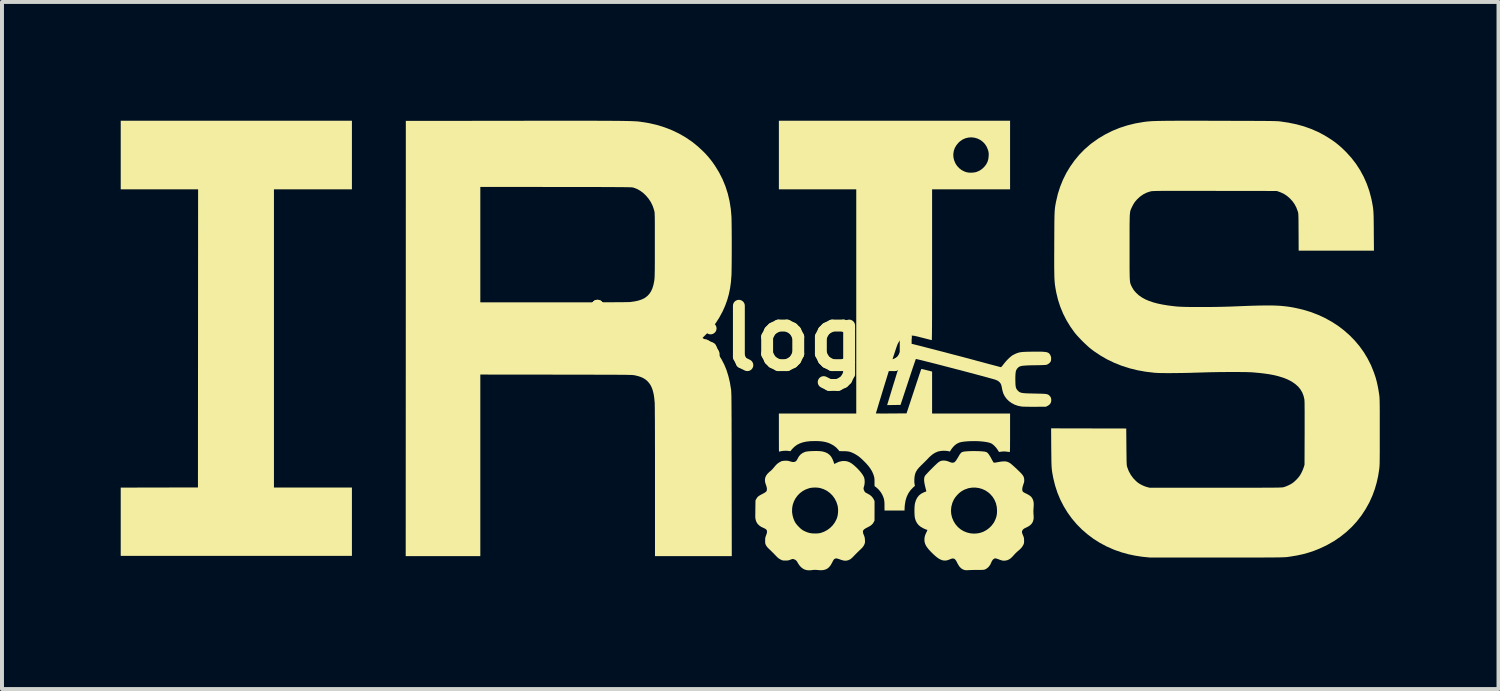
<source format=kicad_pcb>
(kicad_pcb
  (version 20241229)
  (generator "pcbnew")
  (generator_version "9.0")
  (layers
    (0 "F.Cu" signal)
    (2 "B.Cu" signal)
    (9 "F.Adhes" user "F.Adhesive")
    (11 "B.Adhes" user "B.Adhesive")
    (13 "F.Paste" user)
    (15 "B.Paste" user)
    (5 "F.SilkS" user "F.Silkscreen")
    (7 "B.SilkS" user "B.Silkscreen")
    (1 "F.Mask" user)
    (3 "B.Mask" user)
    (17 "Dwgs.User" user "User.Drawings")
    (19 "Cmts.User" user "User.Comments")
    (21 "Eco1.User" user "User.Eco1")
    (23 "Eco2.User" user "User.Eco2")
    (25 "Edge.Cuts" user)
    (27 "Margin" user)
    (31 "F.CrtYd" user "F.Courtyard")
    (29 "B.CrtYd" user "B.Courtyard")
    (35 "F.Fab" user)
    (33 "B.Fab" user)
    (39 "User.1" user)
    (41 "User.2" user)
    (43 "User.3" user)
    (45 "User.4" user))
  (footprint "irislogo"
    (layer "F.Cu")
    (at 15.903 5.497)
    (property "Reference" "irislogo" (at 0 0 0) (layer "F.SilkS") (effects (font (size 1.5 1.5) (thickness 0.3))))
    (attr board_only exclude_from_pos_files exclude_from_bom)
    (fp_poly (pts (xy -10.062 -4.63) (xy -10.062 -3.764) (xy -11.047 -3.764) (xy -12.032 -3.764) (xy -12.032 0.004) (xy -12.032 3.771) (xy -11.047 3.771) (xy -10.062 3.771) (xy -10.062 4.634) (xy -10.062 5.497) (xy -12.982 5.497) (xy -15.903 5.497) (xy -15.903 4.634) (xy -15.903 3.772) (xy -14.927 3.77) (xy -13.952 3.768) (xy -13.95 0.002) (xy -13.948 -3.764) (xy -14.925 -3.764) (xy -15.903 -3.764) (xy -15.903 -4.63) (xy -15.903 -5.497) (xy -12.982 -5.497) (xy -10.062 -5.497)) (stroke (width 0) (type solid)) (fill yes) (layer "F.SilkS"))
    (fp_poly (pts (xy 4.098 0.144) (xy 4.112 0.147) (xy 4.14 0.154) (xy 4.18 0.164) (xy 4.232 0.177) (xy 4.293 0.192) (xy 4.364 0.21) (xy 4.443 0.231) (xy 4.528 0.253) (xy 4.619 0.276) (xy 4.715 0.301) (xy 4.814 0.327) (xy 4.915 0.353) (xy 5.017 0.38) (xy 5.119 0.407) (xy 5.22 0.433) (xy 5.319 0.459) (xy 5.414 0.484) (xy 5.505 0.508) (xy 5.59 0.531) (xy 5.667 0.552) (xy 5.737 0.571) (xy 5.787 0.584) (xy 5.854 0.602) (xy 5.924 0.621) (xy 5.994 0.64) (xy 6.061 0.658) (xy 6.12 0.673) (xy 6.168 0.686) (xy 6.175 0.688) (xy 6.221 0.7) (xy 6.262 0.711) (xy 6.296 0.72) (xy 6.32 0.726) (xy 6.332 0.73) (xy 6.333 0.73) (xy 6.341 0.726) (xy 6.357 0.711) (xy 6.377 0.686) (xy 6.398 0.659) (xy 6.436 0.611) (xy 6.478 0.563) (xy 6.522 0.518) (xy 6.565 0.478) (xy 6.604 0.446) (xy 6.629 0.429) (xy 6.662 0.411) (xy 6.698 0.393) (xy 6.719 0.384) (xy 6.747 0.373) (xy 6.773 0.365) (xy 6.8 0.357) (xy 6.829 0.352) (xy 6.862 0.348) (xy 6.902 0.344) (xy 6.95 0.342) (xy 7.008 0.34) (xy 7.079 0.339) (xy 7.119 0.338) (xy 7.211 0.337) (xy 7.289 0.337) (xy 7.355 0.338) (xy 7.409 0.341) (xy 7.453 0.345) (xy 7.489 0.351) (xy 7.517 0.36) (xy 7.539 0.371) (xy 7.556 0.386) (xy 7.57 0.403) (xy 7.582 0.423) (xy 7.586 0.432) (xy 7.597 0.46) (xy 7.603 0.484) (xy 7.603 0.514) (xy 7.603 0.527) (xy 7.6 0.558) (xy 7.595 0.579) (xy 7.585 0.597) (xy 7.576 0.608) (xy 7.555 0.63) (xy 7.528 0.65) (xy 7.516 0.657) (xy 7.506 0.661) (xy 7.496 0.666) (xy 7.485 0.669) (xy 7.472 0.671) (xy 7.453 0.673) (xy 7.429 0.675) (xy 7.396 0.676) (xy 7.354 0.678) (xy 7.301 0.679) (xy 7.235 0.68) (xy 7.196 0.681) (xy 7.108 0.682) (xy 7.034 0.684) (xy 6.972 0.687) (xy 6.921 0.691) (xy 6.879 0.695) (xy 6.846 0.701) (xy 6.819 0.709) (xy 6.798 0.719) (xy 6.78 0.73) (xy 6.764 0.745) (xy 6.75 0.76) (xy 6.735 0.781) (xy 6.722 0.804) (xy 6.713 0.83) (xy 6.707 0.861) (xy 6.703 0.9) (xy 6.7 0.95) (xy 6.699 1.011) (xy 6.699 1.034) (xy 6.7 1.101) (xy 6.702 1.155) (xy 6.705 1.198) (xy 6.711 1.232) (xy 6.719 1.259) (xy 6.73 1.282) (xy 6.745 1.303) (xy 6.754 1.314) (xy 6.771 1.331) (xy 6.787 1.346) (xy 6.805 1.358) (xy 6.826 1.368) (xy 6.851 1.376) (xy 6.882 1.382) (xy 6.921 1.386) (xy 6.968 1.39) (xy 7.027 1.392) (xy 7.097 1.394) (xy 7.18 1.396) (xy 7.192 1.396) (xy 7.27 1.398) (xy 7.335 1.399) (xy 7.387 1.401) (xy 7.429 1.403) (xy 7.462 1.406) (xy 7.488 1.41) (xy 7.508 1.415) (xy 7.524 1.421) (xy 7.537 1.429) (xy 7.549 1.438) (xy 7.561 1.449) (xy 7.587 1.48) (xy 7.601 1.513) (xy 7.607 1.555) (xy 7.607 1.563) (xy 7.601 1.611) (xy 7.582 1.652) (xy 7.55 1.685) (xy 7.516 1.706) (xy 7.471 1.729) (xy 7.196 1.73) (xy 7.13 1.73) (xy 7.066 1.73) (xy 7.006 1.729) (xy 6.953 1.728) (xy 6.909 1.727) (xy 6.876 1.726) (xy 6.86 1.724) (xy 6.769 1.707) (xy 6.685 1.678) (xy 6.608 1.638) (xy 6.539 1.589) (xy 6.48 1.531) (xy 6.431 1.465) (xy 6.395 1.393) (xy 6.372 1.315) (xy 6.371 1.309) (xy 6.361 1.26) (xy 6.354 1.223) (xy 6.347 1.196) (xy 6.341 1.176) (xy 6.335 1.159) (xy 6.328 1.145) (xy 6.324 1.139) (xy 6.296 1.104) (xy 6.258 1.074) (xy 6.206 1.051) (xy 6.181 1.042) (xy 6.144 1.031) (xy 6.096 1.018) (xy 6.038 1.002) (xy 5.97 0.983) (xy 5.894 0.962) (xy 5.811 0.94) (xy 5.721 0.916) (xy 5.626 0.89) (xy 5.526 0.864) (xy 5.424 0.837) (xy 5.319 0.809) (xy 5.213 0.782) (xy 5.107 0.754) (xy 5.001 0.727) (xy 4.898 0.7) (xy 4.798 0.674) (xy 4.702 0.649) (xy 4.61 0.626) (xy 4.525 0.604) (xy 4.447 0.585) (xy 4.378 0.567) (xy 4.317 0.552) (xy 4.266 0.54) (xy 4.227 0.531) (xy 4.2 0.525) (xy 4.187 0.522) (xy 4.185 0.523) (xy 4.182 0.53) (xy 4.175 0.552) (xy 4.163 0.585) (xy 4.148 0.63) (xy 4.129 0.685) (xy 4.107 0.749) (xy 4.083 0.821) (xy 4.057 0.899) (xy 4.029 0.984) (xy 4 1.073) (xy 3.989 1.106) (xy 3.798 1.683) (xy 3.629 1.685) (xy 3.46 1.688) (xy 3.521 1.487) (xy 3.559 1.363) (xy 3.596 1.24) (xy 3.633 1.121) (xy 3.669 1.005) (xy 3.703 0.893) (xy 3.737 0.787) (xy 3.768 0.687) (xy 3.798 0.594) (xy 3.825 0.51) (xy 3.849 0.435) (xy 3.871 0.369) (xy 3.889 0.315) (xy 3.903 0.273) (xy 3.914 0.244) (xy 3.921 0.229) (xy 3.948 0.187) (xy 3.981 0.159) (xy 4.022 0.144) (xy 4.07 0.141)) (stroke (width 0) (type solid)) (fill yes) (layer "F.SilkS"))
    (fp_poly (pts (xy 1.691 2.848) (xy 1.745 2.85) (xy 1.792 2.854) (xy 1.826 2.859) (xy 1.897 2.879) (xy 1.958 2.908) (xy 2.008 2.947) (xy 2.05 2.997) (xy 2.083 3.06) (xy 2.102 3.107) (xy 2.112 3.136) (xy 2.12 3.159) (xy 2.125 3.172) (xy 2.126 3.174) (xy 2.133 3.172) (xy 2.149 3.164) (xy 2.169 3.153) (xy 2.242 3.12) (xy 2.316 3.103) (xy 2.368 3.1) (xy 2.418 3.103) (xy 2.467 3.114) (xy 2.514 3.133) (xy 2.563 3.162) (xy 2.614 3.201) (xy 2.671 3.252) (xy 2.703 3.283) (xy 2.761 3.344) (xy 2.809 3.402) (xy 2.846 3.455) (xy 2.872 3.503) (xy 2.882 3.529) (xy 2.89 3.573) (xy 2.893 3.623) (xy 2.89 3.675) (xy 2.882 3.72) (xy 2.878 3.733) (xy 2.868 3.768) (xy 2.864 3.795) (xy 2.868 3.82) (xy 2.88 3.85) (xy 2.881 3.852) (xy 2.891 3.871) (xy 2.901 3.885) (xy 2.915 3.897) (xy 2.936 3.909) (xy 2.964 3.923) (xy 3.025 3.958) (xy 3.073 3.999) (xy 3.109 4.046) (xy 3.12 4.067) (xy 3.142 4.111) (xy 3.142 4.359) (xy 3.141 4.607) (xy 3.119 4.648) (xy 3.099 4.68) (xy 3.074 4.707) (xy 3.043 4.732) (xy 3.001 4.757) (xy 2.957 4.78) (xy 2.91 4.805) (xy 2.877 4.828) (xy 2.856 4.853) (xy 2.848 4.88) (xy 2.851 4.913) (xy 2.863 4.952) (xy 2.872 4.972) (xy 2.885 5.006) (xy 2.893 5.036) (xy 2.898 5.071) (xy 2.899 5.098) (xy 2.901 5.132) (xy 2.9 5.156) (xy 2.896 5.176) (xy 2.889 5.197) (xy 2.879 5.219) (xy 2.86 5.253) (xy 2.836 5.285) (xy 2.803 5.319) (xy 2.801 5.32) (xy 2.751 5.368) (xy 2.699 5.419) (xy 2.647 5.471) (xy 2.602 5.518) (xy 2.588 5.533) (xy 2.539 5.576) (xy 2.487 5.604) (xy 2.431 5.618) (xy 2.371 5.617) (xy 2.308 5.601) (xy 2.305 5.6) (xy 2.259 5.583) (xy 2.224 5.572) (xy 2.198 5.564) (xy 2.179 5.561) (xy 2.164 5.562) (xy 2.151 5.565) (xy 2.14 5.57) (xy 2.126 5.578) (xy 2.114 5.589) (xy 2.102 5.606) (xy 2.088 5.631) (xy 2.072 5.663) (xy 2.036 5.728) (xy 1.996 5.779) (xy 1.952 5.817) (xy 1.901 5.842) (xy 1.843 5.856) (xy 1.775 5.86) (xy 1.714 5.855) (xy 1.665 5.851) (xy 1.626 5.85) (xy 1.591 5.852) (xy 1.575 5.855) (xy 1.517 5.861) (xy 1.466 5.861) (xy 1.42 5.855) (xy 1.361 5.836) (xy 1.307 5.802) (xy 1.258 5.755) (xy 1.215 5.695) (xy 1.203 5.673) (xy 1.181 5.635) (xy 1.157 5.609) (xy 1.129 5.591) (xy 1.098 5.58) (xy 1.082 5.576) (xy 1.066 5.577) (xy 1.046 5.582) (xy 1.018 5.593) (xy 0.989 5.604) (xy 0.964 5.61) (xy 0.935 5.614) (xy 0.898 5.615) (xy 0.893 5.615) (xy 0.858 5.615) (xy 0.832 5.613) (xy 0.811 5.608) (xy 0.789 5.6) (xy 0.767 5.589) (xy 0.731 5.568) (xy 0.697 5.542) (xy 0.66 5.506) (xy 0.582 5.425) (xy 0.508 5.352) (xy 0.471 5.317) (xy 0.443 5.289) (xy 0.418 5.258) (xy 0.4 5.23) (xy 0.4 5.23) (xy 0.39 5.209) (xy 0.383 5.19) (xy 0.38 5.169) (xy 0.378 5.142) (xy 0.378 5.111) (xy 0.379 5.074) (xy 0.381 5.046) (xy 0.386 5.021) (xy 0.395 4.996) (xy 0.403 4.975) (xy 0.42 4.926) (xy 0.426 4.886) (xy 0.421 4.854) (xy 0.404 4.829) (xy 0.374 4.808) (xy 0.343 4.794) (xy 0.275 4.762) (xy 0.22 4.722) (xy 0.177 4.674) (xy 0.148 4.618) (xy 0.132 4.555) (xy 0.129 4.508) (xy 0.129 4.487) (xy 0.129 4.454) (xy 0.13 4.411) (xy 0.13 4.383) (xy 1.058 4.383) (xy 1.061 4.415) (xy 1.073 4.484) (xy 1.093 4.554) (xy 1.119 4.618) (xy 1.139 4.655) (xy 1.154 4.678) (xy 1.178 4.708) (xy 1.206 4.74) (xy 1.233 4.768) (xy 1.268 4.802) (xy 1.297 4.826) (xy 1.325 4.846) (xy 1.356 4.864) (xy 1.367 4.869) (xy 1.432 4.898) (xy 1.494 4.917) (xy 1.558 4.928) (xy 1.63 4.931) (xy 1.634 4.931) (xy 1.691 4.93) (xy 1.737 4.926) (xy 1.779 4.918) (xy 1.782 4.917) (xy 1.867 4.887) (xy 1.947 4.844) (xy 2.02 4.79) (xy 2.085 4.725) (xy 2.139 4.651) (xy 2.181 4.57) (xy 2.196 4.531) (xy 2.212 4.467) (xy 2.22 4.394) (xy 2.221 4.32) (xy 2.213 4.25) (xy 2.207 4.222) (xy 2.177 4.13) (xy 2.133 4.046) (xy 2.079 3.972) (xy 2.013 3.907) (xy 1.939 3.853) (xy 1.855 3.811) (xy 1.768 3.783) (xy 1.714 3.774) (xy 1.651 3.77) (xy 1.587 3.772) (xy 1.527 3.779) (xy 1.495 3.786) (xy 1.409 3.816) (xy 1.329 3.858) (xy 1.258 3.911) (xy 1.196 3.974) (xy 1.144 4.045) (xy 1.104 4.123) (xy 1.075 4.206) (xy 1.06 4.293) (xy 1.058 4.383) (xy 0.13 4.383) (xy 0.13 4.362) (xy 0.131 4.308) (xy 0.131 4.279) (xy 0.134 4.096) (xy 0.156 4.055) (xy 0.172 4.03) (xy 0.188 4.009) (xy 0.209 3.99) (xy 0.237 3.972) (xy 0.274 3.95) (xy 0.31 3.932) (xy 0.349 3.911) (xy 0.38 3.892) (xy 0.401 3.875) (xy 0.408 3.868) (xy 0.421 3.838) (xy 0.423 3.798) (xy 0.414 3.748) (xy 0.398 3.703) (xy 0.378 3.639) (xy 0.372 3.58) (xy 0.379 3.525) (xy 0.4 3.474) (xy 0.436 3.424) (xy 0.486 3.375) (xy 0.513 3.354) (xy 0.534 3.335) (xy 0.56 3.309) (xy 0.587 3.278) (xy 0.6 3.262) (xy 0.637 3.218) (xy 0.67 3.183) (xy 0.704 3.155) (xy 0.74 3.132) (xy 0.758 3.122) (xy 0.783 3.109) (xy 0.805 3.101) (xy 0.83 3.097) (xy 0.862 3.094) (xy 0.877 3.093) (xy 0.914 3.092) (xy 0.944 3.094) (xy 0.971 3.099) (xy 1.004 3.108) (xy 1.012 3.111) (xy 1.063 3.124) (xy 1.105 3.126) (xy 1.139 3.116) (xy 1.167 3.094) (xy 1.19 3.059) (xy 1.194 3.05) (xy 1.228 2.988) (xy 1.27 2.938) (xy 1.321 2.9) (xy 1.381 2.872) (xy 1.39 2.869) (xy 1.421 2.862) (xy 1.464 2.856) (xy 1.515 2.852) (xy 1.572 2.849) (xy 1.632 2.848)) (stroke (width 0) (type solid)) (fill yes) (layer "F.SilkS"))
    (fp_poly (pts (xy -4.456 -5.496) (xy -4.296 -5.496) (xy -4.148 -5.496) (xy -4.01 -5.496) (xy -3.883 -5.496) (xy -3.766 -5.495) (xy -3.658 -5.495) (xy -3.559 -5.495) (xy -3.469 -5.494) (xy -3.386 -5.493) (xy -3.312 -5.493) (xy -3.244 -5.492) (xy -3.183 -5.491) (xy -3.128 -5.49) (xy -3.079 -5.489) (xy -3.034 -5.488) (xy -2.995 -5.487) (xy -2.959 -5.485) (xy -2.927 -5.484) (xy -2.899 -5.482) (xy -2.873 -5.481) (xy -2.849 -5.479) (xy -2.827 -5.477) (xy -2.807 -5.475) (xy -2.787 -5.473) (xy -2.767 -5.47) (xy -2.761 -5.469) (xy -2.555 -5.436) (xy -2.355 -5.39) (xy -2.163 -5.33) (xy -1.977 -5.258) (xy -1.8 -5.173) (xy -1.631 -5.076) (xy -1.47 -4.967) (xy -1.319 -4.845) (xy -1.187 -4.722) (xy -1.119 -4.652) (xy -1.059 -4.585) (xy -1.004 -4.518) (xy -0.95 -4.447) (xy -0.894 -4.366) (xy -0.882 -4.348) (xy -0.783 -4.186) (xy -0.697 -4.016) (xy -0.625 -3.84) (xy -0.566 -3.656) (xy -0.521 -3.466) (xy -0.49 -3.269) (xy -0.474 -3.088) (xy -0.472 -3.055) (xy -0.471 -3.009) (xy -0.47 -2.95) (xy -0.469 -2.881) (xy -0.468 -2.802) (xy -0.467 -2.716) (xy -0.467 -2.624) (xy -0.466 -2.528) (xy -0.466 -2.428) (xy -0.466 -2.327) (xy -0.466 -2.226) (xy -0.466 -2.127) (xy -0.467 -2.031) (xy -0.467 -1.939) (xy -0.468 -1.854) (xy -0.469 -1.777) (xy -0.47 -1.708) (xy -0.471 -1.651) (xy -0.472 -1.606) (xy -0.474 -1.58) (xy -0.487 -1.414) (xy -0.509 -1.258) (xy -0.54 -1.11) (xy -0.58 -0.968) (xy -0.63 -0.829) (xy -0.691 -0.691) (xy -0.703 -0.667) (xy -0.78 -0.525) (xy -0.866 -0.39) (xy -0.965 -0.263) (xy -1.077 -0.139) (xy -1.108 -0.107) (xy -1.204 -0.011) (xy -1.154 0.027) (xy -1.106 0.066) (xy -1.053 0.114) (xy -0.998 0.167) (xy -0.947 0.222) (xy -0.901 0.274) (xy -0.891 0.286) (xy -0.801 0.408) (xy -0.722 0.534) (xy -0.654 0.666) (xy -0.597 0.805) (xy -0.551 0.954) (xy -0.513 1.112) (xy -0.485 1.281) (xy -0.483 1.29) (xy -0.482 1.301) (xy -0.481 1.313) (xy -0.48 1.327) (xy -0.479 1.344) (xy -0.478 1.364) (xy -0.477 1.387) (xy -0.476 1.415) (xy -0.475 1.447) (xy -0.474 1.485) (xy -0.474 1.529) (xy -0.473 1.579) (xy -0.473 1.637) (xy -0.472 1.702) (xy -0.472 1.775) (xy -0.471 1.856) (xy -0.471 1.947) (xy -0.47 2.048) (xy -0.47 2.159) (xy -0.47 2.281) (xy -0.469 2.415) (xy -0.469 2.56) (xy -0.469 2.718) (xy -0.469 2.89) (xy -0.468 3.075) (xy -0.468 3.274) (xy -0.468 3.445) (xy -0.465 5.504) (xy -1.435 5.504) (xy -2.405 5.504) (xy -2.405 3.617) (xy -2.405 3.406) (xy -2.405 3.204) (xy -2.405 3.013) (xy -2.405 2.833) (xy -2.406 2.664) (xy -2.406 2.506) (xy -2.406 2.36) (xy -2.407 2.226) (xy -2.407 2.104) (xy -2.408 1.995) (xy -2.409 1.899) (xy -2.409 1.817) (xy -2.41 1.748) (xy -2.411 1.693) (xy -2.411 1.653) (xy -2.412 1.628) (xy -2.413 1.622) (xy -2.423 1.513) (xy -2.437 1.417) (xy -2.457 1.333) (xy -2.481 1.259) (xy -2.511 1.195) (xy -2.547 1.139) (xy -2.59 1.089) (xy -2.592 1.087) (xy -2.639 1.045) (xy -2.693 1.01) (xy -2.754 0.981) (xy -2.825 0.957) (xy -2.908 0.937) (xy -2.927 0.933) (xy -2.936 0.932) (xy -2.945 0.931) (xy -2.957 0.929) (xy -2.971 0.928) (xy -2.988 0.927) (xy -3.01 0.926) (xy -3.035 0.926) (xy -3.065 0.925) (xy -3.101 0.924) (xy -3.143 0.923) (xy -3.192 0.923) (xy -3.247 0.922) (xy -3.311 0.922) (xy -3.383 0.921) (xy -3.463 0.921) (xy -3.554 0.921) (xy -3.654 0.92) (xy -3.765 0.92) (xy -3.887 0.92) (xy -4.021 0.919) (xy -4.167 0.919) (xy -4.326 0.919) (xy -4.499 0.919) (xy -4.685 0.918) (xy -4.887 0.918) (xy -4.907 0.918) (xy -6.818 0.916) (xy -6.818 3.21) (xy -6.818 5.504) (xy -7.76 5.504) (xy -8.703 5.504) (xy -8.701 0.006) (xy -8.7 -3.825) (xy -6.818 -3.825) (xy -6.818 -2.367) (xy -6.818 -0.909) (xy -4.967 -0.909) (xy -4.747 -0.909) (xy -4.539 -0.909) (xy -4.344 -0.909) (xy -4.162 -0.909) (xy -3.992 -0.909) (xy -3.836 -0.91) (xy -3.693 -0.91) (xy -3.563 -0.911) (xy -3.447 -0.911) (xy -3.345 -0.912) (xy -3.257 -0.912) (xy -3.183 -0.913) (xy -3.124 -0.914) (xy -3.08 -0.915) (xy -3.05 -0.915) (xy -3.037 -0.916) (xy -2.926 -0.931) (xy -2.827 -0.952) (xy -2.741 -0.981) (xy -2.666 -1.018) (xy -2.603 -1.064) (xy -2.55 -1.119) (xy -2.506 -1.185) (xy -2.471 -1.261) (xy -2.444 -1.349) (xy -2.424 -1.449) (xy -2.419 -1.489) (xy -2.417 -1.506) (xy -2.416 -1.529) (xy -2.414 -1.558) (xy -2.413 -1.595) (xy -2.412 -1.64) (xy -2.411 -1.693) (xy -2.41 -1.757) (xy -2.41 -1.831) (xy -2.409 -1.916) (xy -2.409 -2.014) (xy -2.409 -2.125) (xy -2.409 -2.249) (xy -2.409 -2.367) (xy -2.409 -2.494) (xy -2.409 -2.608) (xy -2.409 -2.708) (xy -2.409 -2.795) (xy -2.409 -2.871) (xy -2.409 -2.937) (xy -2.41 -2.992) (xy -2.41 -3.039) (xy -2.411 -3.078) (xy -2.412 -3.111) (xy -2.413 -3.137) (xy -2.414 -3.158) (xy -2.415 -3.176) (xy -2.417 -3.19) (xy -2.419 -3.202) (xy -2.421 -3.212) (xy -2.424 -3.223) (xy -2.425 -3.229) (xy -2.46 -3.337) (xy -2.507 -3.436) (xy -2.567 -3.527) (xy -2.633 -3.605) (xy -2.706 -3.675) (xy -2.782 -3.73) (xy -2.861 -3.774) (xy -2.946 -3.806) (xy -2.951 -3.807) (xy -2.956 -3.809) (xy -2.963 -3.81) (xy -2.971 -3.811) (xy -2.981 -3.813) (xy -2.995 -3.814) (xy -3.012 -3.815) (xy -3.032 -3.816) (xy -3.058 -3.816) (xy -3.088 -3.817) (xy -3.124 -3.818) (xy -3.167 -3.818) (xy -3.216 -3.819) (xy -3.272 -3.819) (xy -3.337 -3.82) (xy -3.41 -3.82) (xy -3.492 -3.821) (xy -3.584 -3.821) (xy -3.686 -3.821) (xy -3.799 -3.822) (xy -3.923 -3.822) (xy -4.06 -3.822) (xy -4.208 -3.822) (xy -4.37 -3.822) (xy -4.545 -3.823) (xy -4.735 -3.823) (xy -4.907 -3.823) (xy -6.818 -3.825) (xy -8.7 -3.825) (xy -8.7 -5.493) (xy -5.936 -5.495) (xy -5.683 -5.496) (xy -5.444 -5.496) (xy -5.22 -5.496) (xy -5.009 -5.496) (xy -4.812 -5.496) (xy -4.628 -5.496)) (stroke (width 0) (type solid)) (fill yes) (layer "F.SilkS"))
    (fp_poly (pts (xy 6.566 -4.63) (xy 6.566 -3.764) (xy 5.581 -3.764) (xy 4.596 -3.764) (xy 4.596 -1.859) (xy 4.596 -1.64) (xy 4.596 -1.437) (xy 4.596 -1.248) (xy 4.596 -1.073) (xy 4.595 -0.912) (xy 4.595 -0.765) (xy 4.595 -0.632) (xy 4.595 -0.511) (xy 4.594 -0.403) (xy 4.594 -0.308) (xy 4.593 -0.225) (xy 4.593 -0.153) (xy 4.592 -0.093) (xy 4.591 -0.044) (xy 4.59 -0.006) (xy 4.59 0.021) (xy 4.589 0.038) (xy 4.588 0.046) (xy 4.588 0.046) (xy 4.578 0.044) (xy 4.556 0.039) (xy 4.523 0.031) (xy 4.482 0.02) (xy 4.435 0.008) (xy 4.399 -0.001) (xy 4.329 -0.019) (xy 4.273 -0.033) (xy 4.227 -0.045) (xy 4.19 -0.053) (xy 4.161 -0.06) (xy 4.136 -0.064) (xy 4.114 -0.066) (xy 4.093 -0.068) (xy 4.072 -0.068) (xy 4.057 -0.068) (xy 3.98 -0.063) (xy 3.913 -0.044) (xy 3.853 -0.013) (xy 3.801 0.031) (xy 3.757 0.089) (xy 3.731 0.134) (xy 3.721 0.157) (xy 3.707 0.194) (xy 3.689 0.246) (xy 3.667 0.311) (xy 3.641 0.391) (xy 3.61 0.484) (xy 3.577 0.59) (xy 3.539 0.71) (xy 3.498 0.842) (xy 3.453 0.987) (xy 3.404 1.145) (xy 3.352 1.315) (xy 3.297 1.497) (xy 3.294 1.506) (xy 3.271 1.58) (xy 3.25 1.65) (xy 3.231 1.713) (xy 3.214 1.77) (xy 3.2 1.817) (xy 3.188 1.855) (xy 3.18 1.882) (xy 3.176 1.896) (xy 3.176 1.898) (xy 3.183 1.898) (xy 3.205 1.899) (xy 3.238 1.899) (xy 3.283 1.9) (xy 3.337 1.9) (xy 3.399 1.9) (xy 3.468 1.9) (xy 3.542 1.899) (xy 3.563 1.899) (xy 3.95 1.897) (xy 4.135 1.337) (xy 4.164 1.249) (xy 4.192 1.164) (xy 4.218 1.085) (xy 4.243 1.012) (xy 4.264 0.947) (xy 4.283 0.891) (xy 4.299 0.844) (xy 4.311 0.809) (xy 4.319 0.785) (xy 4.323 0.775) (xy 4.323 0.774) (xy 4.329 0.775) (xy 4.345 0.778) (xy 4.372 0.784) (xy 4.41 0.793) (xy 4.461 0.806) (xy 4.526 0.822) (xy 4.567 0.833) (xy 4.596 0.84) (xy 4.596 1.371) (xy 4.596 1.901) (xy 5.581 1.901) (xy 6.566 1.901) (xy 6.566 2.39) (xy 6.566 2.489) (xy 6.566 2.573) (xy 6.565 2.644) (xy 6.565 2.703) (xy 6.565 2.752) (xy 6.564 2.79) (xy 6.563 2.82) (xy 6.562 2.842) (xy 6.561 2.857) (xy 6.559 2.867) (xy 6.558 2.873) (xy 6.555 2.875) (xy 6.553 2.875) (xy 6.552 2.875) (xy 6.531 2.87) (xy 6.5 2.866) (xy 6.465 2.862) (xy 6.431 2.859) (xy 6.403 2.858) (xy 6.391 2.859) (xy 6.366 2.862) (xy 6.336 2.865) (xy 6.325 2.867) (xy 6.286 2.871) (xy 6.251 2.815) (xy 6.219 2.771) (xy 6.183 2.73) (xy 6.144 2.693) (xy 6.108 2.666) (xy 6.093 2.657) (xy 6.051 2.64) (xy 5.995 2.626) (xy 5.929 2.615) (xy 5.854 2.606) (xy 5.772 2.6) (xy 5.686 2.597) (xy 5.598 2.598) (xy 5.51 2.601) (xy 5.423 2.608) (xy 5.341 2.619) (xy 5.275 2.637) (xy 5.213 2.669) (xy 5.155 2.715) (xy 5.103 2.774) (xy 5.084 2.801) (xy 5.046 2.86) (xy 4.995 2.849) (xy 4.943 2.843) (xy 4.885 2.841) (xy 4.826 2.845) (xy 4.772 2.854) (xy 4.741 2.862) (xy 4.673 2.891) (xy 4.61 2.93) (xy 4.549 2.981) (xy 4.518 3.011) (xy 4.483 3.048) (xy 4.455 3.077) (xy 4.432 3.1) (xy 4.412 3.12) (xy 4.392 3.14) (xy 4.369 3.162) (xy 4.341 3.19) (xy 4.324 3.206) (xy 4.269 3.262) (xy 4.226 3.313) (xy 4.194 3.363) (xy 4.171 3.414) (xy 4.157 3.469) (xy 4.149 3.53) (xy 4.148 3.552) (xy 4.147 3.602) (xy 4.148 3.647) (xy 4.153 3.681) (xy 4.162 3.728) (xy 4.112 3.773) (xy 4.047 3.842) (xy 3.994 3.92) (xy 3.953 4.007) (xy 3.924 4.104) (xy 3.907 4.21) (xy 3.903 4.258) (xy 3.899 4.352) (xy 3.646 4.352) (xy 3.394 4.352) (xy 3.393 4.231) (xy 3.393 4.17) (xy 3.389 4.12) (xy 3.383 4.077) (xy 3.373 4.038) (xy 3.358 3.998) (xy 3.338 3.954) (xy 3.336 3.949) (xy 3.302 3.892) (xy 3.258 3.836) (xy 3.209 3.786) (xy 3.176 3.759) (xy 3.142 3.735) (xy 3.141 3.629) (xy 3.141 3.582) (xy 3.139 3.547) (xy 3.135 3.519) (xy 3.13 3.494) (xy 3.123 3.47) (xy 3.099 3.405) (xy 3.069 3.344) (xy 3.031 3.284) (xy 2.985 3.223) (xy 2.929 3.159) (xy 2.883 3.112) (xy 2.83 3.06) (xy 2.783 3.018) (xy 2.74 2.983) (xy 2.697 2.954) (xy 2.652 2.927) (xy 2.64 2.92) (xy 2.587 2.894) (xy 2.541 2.875) (xy 2.498 2.863) (xy 2.451 2.856) (xy 2.397 2.852) (xy 2.362 2.852) (xy 2.254 2.851) (xy 2.223 2.812) (xy 2.169 2.755) (xy 2.102 2.705) (xy 2.035 2.668) (xy 1.977 2.643) (xy 1.918 2.625) (xy 1.856 2.611) (xy 1.787 2.602) (xy 1.708 2.597) (xy 1.63 2.596) (xy 1.518 2.599) (xy 1.419 2.61) (xy 1.331 2.629) (xy 1.253 2.656) (xy 1.184 2.691) (xy 1.122 2.736) (xy 1.067 2.79) (xy 1.05 2.81) (xy 1.015 2.853) (xy 0.979 2.847) (xy 0.92 2.841) (xy 0.855 2.842) (xy 0.793 2.849) (xy 0.783 2.852) (xy 0.756 2.857) (xy 0.736 2.861) (xy 0.727 2.863) (xy 0.727 2.863) (xy 0.727 2.856) (xy 0.727 2.834) (xy 0.726 2.8) (xy 0.726 2.755) (xy 0.726 2.699) (xy 0.726 2.634) (xy 0.725 2.562) (xy 0.725 2.484) (xy 0.725 2.401) (xy 0.725 2.382) (xy 0.725 1.901) (xy 1.702 1.901) (xy 2.68 1.901) (xy 2.68 -0.931) (xy 2.68 -3.764) (xy 1.702 -3.764) (xy 0.725 -3.764) (xy 0.725 -4.63) (xy 0.725 -4.658) (xy 5.132 -4.658) (xy 5.134 -4.58) (xy 5.151 -4.501) (xy 5.183 -4.424) (xy 5.184 -4.421) (xy 5.226 -4.356) (xy 5.28 -4.298) (xy 5.343 -4.25) (xy 5.413 -4.214) (xy 5.466 -4.196) (xy 5.522 -4.186) (xy 5.584 -4.184) (xy 5.647 -4.188) (xy 5.705 -4.199) (xy 5.717 -4.203) (xy 5.79 -4.233) (xy 5.855 -4.276) (xy 5.911 -4.328) (xy 5.961 -4.391) (xy 5.996 -4.458) (xy 6.017 -4.531) (xy 6.026 -4.611) (xy 6.026 -4.63) (xy 6.026 -4.671) (xy 6.022 -4.703) (xy 6.016 -4.733) (xy 6.005 -4.767) (xy 6.003 -4.772) (xy 5.971 -4.847) (xy 5.929 -4.91) (xy 5.88 -4.962) (xy 5.815 -5.011) (xy 5.744 -5.046) (xy 5.669 -5.068) (xy 5.593 -5.077) (xy 5.516 -5.072) (xy 5.442 -5.055) (xy 5.37 -5.024) (xy 5.304 -4.979) (xy 5.265 -4.944) (xy 5.211 -4.88) (xy 5.17 -4.81) (xy 5.144 -4.736) (xy 5.132 -4.658) (xy 0.725 -4.658) (xy 0.725 -5.497) (xy 3.645 -5.497) (xy 6.566 -5.497)) (stroke (width 0) (type solid)) (fill yes) (layer "F.SilkS"))
    (fp_poly (pts (xy 5.708 2.85) (xy 5.77 2.851) (xy 5.828 2.854) (xy 5.877 2.858) (xy 5.916 2.862) (xy 5.932 2.865) (xy 5.961 2.873) (xy 5.982 2.883) (xy 6.001 2.899) (xy 6.012 2.911) (xy 6.027 2.931) (xy 6.047 2.96) (xy 6.069 2.996) (xy 6.09 3.034) (xy 6.092 3.037) (xy 6.11 3.072) (xy 6.127 3.102) (xy 6.141 3.125) (xy 6.149 3.137) (xy 6.151 3.139) (xy 6.16 3.142) (xy 6.177 3.142) (xy 6.206 3.138) (xy 6.246 3.131) (xy 6.247 3.131) (xy 6.318 3.118) (xy 6.377 3.111) (xy 6.427 3.109) (xy 6.469 3.113) (xy 6.506 3.123) (xy 6.541 3.139) (xy 6.575 3.161) (xy 6.578 3.163) (xy 6.597 3.178) (xy 6.625 3.202) (xy 6.658 3.232) (xy 6.696 3.266) (xy 6.735 3.303) (xy 6.749 3.316) (xy 6.798 3.363) (xy 6.837 3.402) (xy 6.866 3.434) (xy 6.888 3.462) (xy 6.903 3.487) (xy 6.913 3.512) (xy 6.919 3.537) (xy 6.923 3.564) (xy 6.923 3.568) (xy 6.924 3.597) (xy 6.922 3.621) (xy 6.917 3.646) (xy 6.906 3.678) (xy 6.901 3.692) (xy 6.883 3.75) (xy 6.874 3.798) (xy 6.874 3.836) (xy 6.882 3.862) (xy 6.891 3.875) (xy 6.905 3.887) (xy 6.928 3.901) (xy 6.961 3.918) (xy 6.973 3.923) (xy 7.028 3.952) (xy 7.071 3.98) (xy 7.103 4.009) (xy 7.126 4.042) (xy 7.134 4.057) (xy 7.151 4.097) (xy 7.16 4.14) (xy 7.164 4.188) (xy 7.162 4.245) (xy 7.16 4.275) (xy 7.155 4.357) (xy 7.157 4.434) (xy 7.158 4.443) (xy 7.161 4.482) (xy 7.162 4.521) (xy 7.161 4.554) (xy 7.16 4.567) (xy 7.145 4.626) (xy 7.118 4.676) (xy 7.077 4.72) (xy 7.023 4.757) (xy 6.971 4.782) (xy 6.924 4.805) (xy 6.892 4.831) (xy 6.873 4.862) (xy 6.871 4.868) (xy 6.867 4.884) (xy 6.867 4.902) (xy 6.872 4.923) (xy 6.882 4.952) (xy 6.898 4.991) (xy 6.899 4.993) (xy 6.91 5.021) (xy 6.916 5.047) (xy 6.919 5.076) (xy 6.92 5.111) (xy 6.92 5.147) (xy 6.917 5.172) (xy 6.912 5.193) (xy 6.903 5.215) (xy 6.9 5.22) (xy 6.874 5.264) (xy 6.843 5.304) (xy 6.803 5.342) (xy 6.773 5.368) (xy 6.74 5.396) (xy 6.705 5.43) (xy 6.674 5.463) (xy 6.669 5.469) (xy 6.623 5.519) (xy 6.582 5.558) (xy 6.542 5.585) (xy 6.503 5.604) (xy 6.461 5.614) (xy 6.432 5.617) (xy 6.411 5.618) (xy 6.391 5.618) (xy 6.372 5.615) (xy 6.349 5.609) (xy 6.32 5.6) (xy 6.282 5.586) (xy 6.238 5.57) (xy 6.208 5.562) (xy 6.182 5.561) (xy 6.18 5.561) (xy 6.153 5.574) (xy 6.127 5.598) (xy 6.104 5.633) (xy 6.093 5.659) (xy 6.063 5.723) (xy 6.023 5.776) (xy 5.975 5.817) (xy 5.941 5.836) (xy 5.928 5.841) (xy 5.915 5.845) (xy 5.899 5.848) (xy 5.877 5.85) (xy 5.849 5.851) (xy 5.81 5.852) (xy 5.759 5.852) (xy 5.741 5.852) (xy 5.688 5.852) (xy 5.636 5.853) (xy 5.588 5.854) (xy 5.548 5.856) (xy 5.519 5.857) (xy 5.516 5.857) (xy 5.482 5.859) (xy 5.449 5.858) (xy 5.423 5.856) (xy 5.422 5.856) (xy 5.371 5.838) (xy 5.325 5.808) (xy 5.284 5.764) (xy 5.248 5.706) (xy 5.233 5.677) (xy 5.208 5.628) (xy 5.184 5.594) (xy 5.16 5.572) (xy 5.132 5.563) (xy 5.1 5.565) (xy 5.062 5.577) (xy 5.049 5.583) (xy 4.997 5.603) (xy 4.948 5.614) (xy 4.9 5.615) (xy 4.852 5.607) (xy 4.804 5.588) (xy 4.752 5.558) (xy 4.697 5.517) (xy 4.636 5.463) (xy 4.569 5.397) (xy 4.568 5.396) (xy 4.514 5.338) (xy 4.472 5.285) (xy 4.44 5.237) (xy 4.419 5.19) (xy 4.406 5.143) (xy 4.402 5.094) (xy 4.402 5.085) (xy 4.406 5.03) (xy 4.419 4.978) (xy 4.442 4.922) (xy 4.456 4.894) (xy 4.47 4.866) (xy 4.475 4.847) (xy 4.471 4.837) (xy 4.457 4.833) (xy 4.451 4.833) (xy 4.44 4.83) (xy 4.419 4.821) (xy 4.391 4.808) (xy 4.37 4.798) (xy 4.304 4.76) (xy 4.252 4.716) (xy 4.211 4.663) (xy 4.18 4.601) (xy 4.163 4.544) (xy 4.157 4.51) (xy 4.153 4.464) (xy 4.151 4.411) (xy 4.15 4.353) (xy 4.15 4.348) (xy 5.073 4.348) (xy 5.079 4.438) (xy 5.1 4.528) (xy 5.137 4.617) (xy 5.138 4.619) (xy 5.186 4.697) (xy 5.245 4.766) (xy 5.313 4.824) (xy 5.388 4.87) (xy 5.47 4.904) (xy 5.557 4.926) (xy 5.647 4.935) (xy 5.739 4.929) (xy 5.808 4.916) (xy 5.89 4.888) (xy 5.968 4.846) (xy 6.039 4.793) (xy 6.101 4.731) (xy 6.153 4.661) (xy 6.171 4.629) (xy 6.202 4.561) (xy 6.223 4.497) (xy 6.234 4.43) (xy 6.237 4.356) (xy 6.237 4.355) (xy 6.23 4.259) (xy 6.209 4.168) (xy 6.174 4.084) (xy 6.126 4.006) (xy 6.065 3.936) (xy 6.021 3.897) (xy 5.946 3.846) (xy 5.864 3.808) (xy 5.778 3.783) (xy 5.689 3.771) (xy 5.6 3.773) (xy 5.512 3.788) (xy 5.428 3.818) (xy 5.403 3.829) (xy 5.347 3.86) (xy 5.3 3.893) (xy 5.255 3.934) (xy 5.228 3.962) (xy 5.181 4.018) (xy 5.146 4.073) (xy 5.117 4.135) (xy 5.106 4.164) (xy 5.082 4.256) (xy 5.073 4.348) (xy 4.15 4.348) (xy 4.151 4.296) (xy 4.154 4.242) (xy 4.159 4.196) (xy 4.164 4.168) (xy 4.187 4.092) (xy 4.22 4.027) (xy 4.263 3.972) (xy 4.317 3.928) (xy 4.382 3.894) (xy 4.403 3.886) (xy 4.427 3.877) (xy 4.444 3.87) (xy 4.451 3.866) (xy 4.449 3.858) (xy 4.444 3.838) (xy 4.437 3.809) (xy 4.428 3.773) (xy 4.423 3.755) (xy 4.406 3.678) (xy 4.396 3.614) (xy 4.394 3.561) (xy 4.399 3.518) (xy 4.411 3.484) (xy 4.411 3.483) (xy 4.421 3.468) (xy 4.441 3.445) (xy 4.469 3.414) (xy 4.504 3.377) (xy 4.543 3.336) (xy 4.587 3.292) (xy 4.588 3.291) (xy 4.641 3.238) (xy 4.686 3.195) (xy 4.722 3.161) (xy 4.753 3.135) (xy 4.78 3.116) (xy 4.804 3.103) (xy 4.827 3.095) (xy 4.85 3.091) (xy 4.876 3.089) (xy 4.894 3.089) (xy 4.925 3.091) (xy 4.954 3.095) (xy 4.985 3.104) (xy 5.023 3.118) (xy 5.023 3.118) (xy 5.062 3.133) (xy 5.09 3.141) (xy 5.111 3.143) (xy 5.122 3.143) (xy 5.14 3.139) (xy 5.156 3.132) (xy 5.171 3.122) (xy 5.187 3.105) (xy 5.205 3.082) (xy 5.226 3.049) (xy 5.253 3.005) (xy 5.271 2.974) (xy 5.294 2.935) (xy 5.315 2.907) (xy 5.334 2.887) (xy 5.357 2.874) (xy 5.386 2.865) (xy 5.424 2.859) (xy 5.472 2.855) (xy 5.523 2.852) (xy 5.582 2.85) (xy 5.644 2.849)) (stroke (width 0) (type solid)) (fill yes) (layer "F.SilkS"))
    (fp_poly (pts (xy 11.231 -5.496) (xy 11.384 -5.496) (xy 11.552 -5.496) (xy 11.733 -5.495) (xy 11.83 -5.495) (xy 12.006 -5.495) (xy 12.168 -5.494) (xy 12.316 -5.494) (xy 12.451 -5.494) (xy 12.574 -5.493) (xy 12.684 -5.493) (xy 12.784 -5.492) (xy 12.873 -5.492) (xy 12.952 -5.491) (xy 13.022 -5.491) (xy 13.083 -5.49) (xy 13.137 -5.49) (xy 13.184 -5.489) (xy 13.224 -5.488) (xy 13.259 -5.487) (xy 13.288 -5.486) (xy 13.314 -5.485) (xy 13.335 -5.484) (xy 13.354 -5.483) (xy 13.371 -5.481) (xy 13.386 -5.48) (xy 13.391 -5.479) (xy 13.6 -5.448) (xy 13.799 -5.407) (xy 13.988 -5.355) (xy 14.168 -5.291) (xy 14.341 -5.216) (xy 14.507 -5.129) (xy 14.667 -5.03) (xy 14.717 -4.996) (xy 14.8 -4.935) (xy 14.878 -4.872) (xy 14.954 -4.805) (xy 15.032 -4.729) (xy 15.064 -4.697) (xy 15.192 -4.555) (xy 15.308 -4.404) (xy 15.411 -4.245) (xy 15.501 -4.078) (xy 15.578 -3.904) (xy 15.642 -3.722) (xy 15.692 -3.534) (xy 15.712 -3.439) (xy 15.719 -3.397) (xy 15.726 -3.359) (xy 15.732 -3.324) (xy 15.737 -3.289) (xy 15.741 -3.254) (xy 15.744 -3.217) (xy 15.747 -3.176) (xy 15.749 -3.13) (xy 15.751 -3.078) (xy 15.752 -3.018) (xy 15.753 -2.948) (xy 15.754 -2.867) (xy 15.755 -2.773) (xy 15.755 -2.697) (xy 15.759 -2.214) (xy 14.808 -2.214) (xy 13.857 -2.214) (xy 13.855 -2.682) (xy 13.854 -2.778) (xy 13.854 -2.86) (xy 13.853 -2.929) (xy 13.853 -2.987) (xy 13.852 -3.035) (xy 13.851 -3.074) (xy 13.85 -3.105) (xy 13.849 -3.13) (xy 13.847 -3.149) (xy 13.845 -3.165) (xy 13.843 -3.178) (xy 13.84 -3.19) (xy 13.836 -3.202) (xy 13.835 -3.206) (xy 13.8 -3.3) (xy 13.757 -3.384) (xy 13.703 -3.461) (xy 13.635 -3.535) (xy 13.562 -3.598) (xy 13.485 -3.649) (xy 13.4 -3.688) (xy 13.376 -3.697) (xy 13.303 -3.722) (xy 11.739 -3.724) (xy 11.557 -3.724) (xy 11.39 -3.724) (xy 11.237 -3.724) (xy 11.097 -3.725) (xy 10.97 -3.725) (xy 10.854 -3.725) (xy 10.751 -3.725) (xy 10.658 -3.725) (xy 10.575 -3.724) (xy 10.502 -3.724) (xy 10.437 -3.724) (xy 10.381 -3.724) (xy 10.332 -3.723) (xy 10.291 -3.723) (xy 10.255 -3.722) (xy 10.225 -3.721) (xy 10.201 -3.72) (xy 10.18 -3.72) (xy 10.164 -3.718) (xy 10.15 -3.717) (xy 10.139 -3.716) (xy 10.13 -3.715) (xy 10.122 -3.713) (xy 10.114 -3.711) (xy 10.113 -3.711) (xy 10.02 -3.681) (xy 9.932 -3.637) (xy 9.85 -3.58) (xy 9.781 -3.516) (xy 9.741 -3.472) (xy 9.71 -3.432) (xy 9.683 -3.39) (xy 9.657 -3.341) (xy 9.646 -3.319) (xy 9.637 -3.299) (xy 9.629 -3.282) (xy 9.621 -3.266) (xy 9.615 -3.25) (xy 9.609 -3.234) (xy 9.604 -3.216) (xy 9.6 -3.196) (xy 9.597 -3.173) (xy 9.594 -3.146) (xy 9.591 -3.113) (xy 9.589 -3.075) (xy 9.588 -3.029) (xy 9.587 -2.976) (xy 9.586 -2.914) (xy 9.585 -2.842) (xy 9.585 -2.759) (xy 9.585 -2.665) (xy 9.585 -2.559) (xy 9.585 -2.439) (xy 9.585 -2.304) (xy 9.585 -2.302) (xy 9.585 -2.167) (xy 9.585 -2.047) (xy 9.585 -1.94) (xy 9.585 -1.846) (xy 9.585 -1.763) (xy 9.586 -1.691) (xy 9.587 -1.629) (xy 9.588 -1.576) (xy 9.589 -1.531) (xy 9.591 -1.492) (xy 9.594 -1.46) (xy 9.596 -1.433) (xy 9.6 -1.41) (xy 9.604 -1.391) (xy 9.609 -1.373) (xy 9.615 -1.358) (xy 9.621 -1.343) (xy 9.629 -1.328) (xy 9.637 -1.311) (xy 9.646 -1.293) (xy 9.646 -1.292) (xy 9.69 -1.219) (xy 9.748 -1.151) (xy 9.818 -1.087) (xy 9.898 -1.031) (xy 9.981 -0.985) (xy 10.075 -0.945) (xy 10.179 -0.909) (xy 10.294 -0.878) (xy 10.421 -0.852) (xy 10.56 -0.829) (xy 10.713 -0.81) (xy 10.772 -0.804) (xy 10.823 -0.8) (xy 10.888 -0.797) (xy 10.965 -0.794) (xy 11.052 -0.792) (xy 11.149 -0.791) (xy 11.254 -0.79) (xy 11.365 -0.79) (xy 11.481 -0.79) (xy 11.6 -0.791) (xy 11.722 -0.792) (xy 11.843 -0.794) (xy 11.964 -0.797) (xy 12.082 -0.8) (xy 12.196 -0.804) (xy 12.288 -0.808) (xy 12.447 -0.814) (xy 12.593 -0.82) (xy 12.726 -0.824) (xy 12.847 -0.827) (xy 12.957 -0.829) (xy 13.057 -0.83) (xy 13.149 -0.83) (xy 13.234 -0.828) (xy 13.313 -0.825) (xy 13.386 -0.821) (xy 13.456 -0.815) (xy 13.522 -0.808) (xy 13.588 -0.8) (xy 13.652 -0.79) (xy 13.717 -0.779) (xy 13.762 -0.77) (xy 13.963 -0.724) (xy 14.157 -0.666) (xy 14.343 -0.595) (xy 14.521 -0.513) (xy 14.691 -0.419) (xy 14.852 -0.315) (xy 15.003 -0.2) (xy 15.145 -0.075) (xy 15.276 0.059) (xy 15.396 0.202) (xy 15.505 0.354) (xy 15.601 0.515) (xy 15.686 0.683) (xy 15.757 0.859) (xy 15.804 0.999) (xy 15.83 1.097) (xy 15.854 1.204) (xy 15.875 1.316) (xy 15.892 1.425) (xy 15.893 1.431) (xy 15.895 1.449) (xy 15.897 1.468) (xy 15.899 1.488) (xy 15.9 1.511) (xy 15.901 1.538) (xy 15.903 1.569) (xy 15.903 1.605) (xy 15.904 1.648) (xy 15.905 1.698) (xy 15.905 1.757) (xy 15.906 1.825) (xy 15.906 1.903) (xy 15.906 1.993) (xy 15.906 2.094) (xy 15.906 2.209) (xy 15.906 2.338) (xy 15.906 2.367) (xy 15.906 2.499) (xy 15.906 2.616) (xy 15.906 2.721) (xy 15.906 2.812) (xy 15.906 2.893) (xy 15.905 2.963) (xy 15.905 3.023) (xy 15.904 3.075) (xy 15.904 3.12) (xy 15.903 3.157) (xy 15.902 3.189) (xy 15.9 3.217) (xy 15.899 3.24) (xy 15.897 3.261) (xy 15.895 3.28) (xy 15.893 3.298) (xy 15.893 3.302) (xy 15.865 3.481) (xy 15.827 3.65) (xy 15.78 3.811) (xy 15.723 3.968) (xy 15.654 4.122) (xy 15.642 4.147) (xy 15.549 4.315) (xy 15.444 4.475) (xy 15.328 4.625) (xy 15.2 4.765) (xy 15.06 4.895) (xy 14.911 5.014) (xy 14.751 5.123) (xy 14.58 5.22) (xy 14.525 5.248) (xy 14.387 5.312) (xy 14.25 5.367) (xy 14.11 5.414) (xy 13.966 5.454) (xy 13.814 5.487) (xy 13.652 5.514) (xy 13.574 5.525) (xy 13.562 5.527) (xy 13.548 5.528) (xy 13.533 5.529) (xy 13.516 5.53) (xy 13.495 5.531) (xy 13.472 5.532) (xy 13.444 5.533) (xy 13.411 5.534) (xy 13.372 5.535) (xy 13.328 5.536) (xy 13.277 5.536) (xy 13.219 5.537) (xy 13.152 5.537) (xy 13.077 5.537) (xy 12.993 5.538) (xy 12.899 5.538) (xy 12.795 5.538) (xy 12.679 5.539) (xy 12.552 5.539) (xy 12.412 5.539) (xy 12.259 5.539) (xy 12.093 5.539) (xy 11.912 5.539) (xy 11.799 5.539) (xy 11.64 5.539) (xy 11.485 5.539) (xy 11.334 5.539) (xy 11.188 5.539) (xy 11.049 5.539) (xy 10.915 5.539) (xy 10.79 5.539) (xy 10.672 5.539) (xy 10.563 5.539) (xy 10.464 5.539) (xy 10.375 5.539) (xy 10.297 5.539) (xy 10.23 5.539) (xy 10.176 5.538) (xy 10.134 5.538) (xy 10.107 5.538) (xy 10.094 5.538) (xy 10.093 5.538) (xy 9.903 5.519) (xy 9.724 5.491) (xy 9.552 5.455) (xy 9.387 5.409) (xy 9.224 5.353) (xy 9.188 5.339) (xy 9.008 5.26) (xy 8.837 5.169) (xy 8.675 5.067) (xy 8.523 4.953) (xy 8.38 4.83) (xy 8.248 4.696) (xy 8.127 4.553) (xy 8.017 4.401) (xy 7.92 4.241) (xy 7.834 4.073) (xy 7.762 3.899) (xy 7.703 3.717) (xy 7.657 3.53) (xy 7.654 3.514) (xy 7.646 3.469) (xy 7.638 3.429) (xy 7.632 3.392) (xy 7.626 3.356) (xy 7.622 3.32) (xy 7.618 3.282) (xy 7.615 3.241) (xy 7.613 3.195) (xy 7.611 3.143) (xy 7.61 3.084) (xy 7.609 3.015) (xy 7.608 2.935) (xy 7.607 2.842) (xy 7.606 2.754) (xy 7.603 2.275) (xy 8.552 2.277) (xy 9.501 2.279) (xy 9.505 2.741) (xy 9.506 2.837) (xy 9.507 2.918) (xy 9.508 2.987) (xy 9.509 3.045) (xy 9.509 3.092) (xy 9.511 3.131) (xy 9.512 3.162) (xy 9.513 3.186) (xy 9.515 3.205) (xy 9.517 3.221) (xy 9.52 3.234) (xy 9.523 3.245) (xy 9.526 3.256) (xy 9.564 3.356) (xy 9.615 3.449) (xy 9.678 3.535) (xy 9.751 3.61) (xy 9.799 3.65) (xy 9.846 3.681) (xy 9.903 3.711) (xy 9.962 3.737) (xy 10.02 3.757) (xy 10.026 3.758) (xy 10.089 3.775) (xy 11.757 3.775) (xy 11.945 3.775) (xy 12.119 3.775) (xy 12.278 3.775) (xy 12.425 3.775) (xy 12.558 3.775) (xy 12.679 3.775) (xy 12.789 3.775) (xy 12.887 3.775) (xy 12.975 3.774) (xy 13.054 3.774) (xy 13.123 3.774) (xy 13.184 3.773) (xy 13.237 3.773) (xy 13.283 3.772) (xy 13.322 3.772) (xy 13.355 3.771) (xy 13.382 3.77) (xy 13.405 3.769) (xy 13.424 3.768) (xy 13.439 3.767) (xy 13.451 3.766) (xy 13.46 3.765) (xy 13.468 3.763) (xy 13.475 3.762) (xy 13.479 3.761) (xy 13.536 3.742) (xy 13.597 3.716) (xy 13.656 3.686) (xy 13.706 3.654) (xy 13.707 3.654) (xy 13.744 3.624) (xy 13.785 3.586) (xy 13.826 3.544) (xy 13.862 3.502) (xy 13.891 3.463) (xy 13.892 3.46) (xy 13.927 3.399) (xy 13.959 3.33) (xy 13.985 3.26) (xy 13.988 3.252) (xy 14.005 3.195) (xy 14.008 2.401) (xy 14.008 2.256) (xy 14.008 2.127) (xy 14.008 2.011) (xy 14.008 1.909) (xy 14.008 1.821) (xy 14.007 1.746) (xy 14.007 1.683) (xy 14.006 1.632) (xy 14.005 1.593) (xy 14.003 1.565) (xy 14.002 1.548) (xy 14.002 1.547) (xy 13.981 1.454) (xy 13.948 1.369) (xy 13.901 1.29) (xy 13.842 1.218) (xy 13.768 1.153) (xy 13.682 1.094) (xy 13.582 1.042) (xy 13.468 0.996) (xy 13.341 0.957) (xy 13.199 0.924) (xy 13.119 0.909) (xy 13.01 0.893) (xy 12.886 0.878) (xy 12.748 0.865) (xy 12.704 0.861) (xy 12.659 0.858) (xy 12.6 0.856) (xy 12.529 0.854) (xy 12.447 0.853) (xy 12.357 0.852) (xy 12.258 0.852) (xy 12.154 0.852) (xy 12.046 0.852) (xy 11.934 0.853) (xy 11.822 0.854) (xy 11.709 0.856) (xy 11.598 0.858) (xy 11.491 0.861) (xy 11.388 0.864) (xy 11.322 0.866) (xy 11.211 0.869) (xy 11.099 0.873) (xy 10.987 0.875) (xy 10.876 0.877) (xy 10.768 0.878) (xy 10.665 0.879) (xy 10.568 0.88) (xy 10.478 0.879) (xy 10.397 0.878) (xy 10.327 0.877) (xy 10.268 0.874) (xy 10.223 0.871) (xy 10.219 0.871) (xy 9.997 0.845) (xy 9.785 0.807) (xy 9.583 0.757) (xy 9.388 0.695) (xy 9.202 0.621) (xy 9.022 0.535) (xy 8.85 0.436) (xy 8.683 0.324) (xy 8.611 0.27) (xy 8.567 0.234) (xy 8.517 0.189) (xy 8.462 0.138) (xy 8.405 0.083) (xy 8.349 0.026) (xy 8.297 -0.029) (xy 8.25 -0.08) (xy 8.212 -0.126) (xy 8.202 -0.137) (xy 8.089 -0.295) (xy 7.991 -0.456) (xy 7.906 -0.623) (xy 7.835 -0.795) (xy 7.777 -0.974) (xy 7.732 -1.16) (xy 7.712 -1.272) (xy 7.707 -1.304) (xy 7.702 -1.335) (xy 7.698 -1.365) (xy 7.695 -1.397) (xy 7.692 -1.432) (xy 7.689 -1.469) (xy 7.687 -1.51) (xy 7.685 -1.557) (xy 7.684 -1.609) (xy 7.683 -1.669) (xy 7.682 -1.737) (xy 7.681 -1.814) (xy 7.681 -1.901) (xy 7.681 -2) (xy 7.681 -2.11) (xy 7.682 -2.234) (xy 7.682 -2.372) (xy 7.682 -2.386) (xy 7.683 -2.518) (xy 7.683 -2.635) (xy 7.684 -2.74) (xy 7.684 -2.832) (xy 7.685 -2.913) (xy 7.686 -2.984) (xy 7.687 -3.046) (xy 7.688 -3.101) (xy 7.69 -3.148) (xy 7.692 -3.19) (xy 7.694 -3.227) (xy 7.697 -3.26) (xy 7.7 -3.291) (xy 7.704 -3.32) (xy 7.708 -3.348) (xy 7.713 -3.377) (xy 7.719 -3.408) (xy 7.725 -3.441) (xy 7.731 -3.468) (xy 7.774 -3.652) (xy 7.832 -3.832) (xy 7.903 -4.007) (xy 7.987 -4.176) (xy 8.084 -4.337) (xy 8.192 -4.49) (xy 8.312 -4.635) (xy 8.442 -4.769) (xy 8.583 -4.892) (xy 8.633 -4.932) (xy 8.797 -5.048) (xy 8.968 -5.15) (xy 9.147 -5.24) (xy 9.333 -5.316) (xy 9.528 -5.379) (xy 9.729 -5.429) (xy 9.938 -5.465) (xy 9.973 -5.47) (xy 10 -5.473) (xy 10.027 -5.476) (xy 10.056 -5.479) (xy 10.086 -5.481) (xy 10.119 -5.484) (xy 10.155 -5.486) (xy 10.195 -5.488) (xy 10.239 -5.489) (xy 10.289 -5.491) (xy 10.345 -5.492) (xy 10.408 -5.493) (xy 10.478 -5.494) (xy 10.555 -5.495) (xy 10.642 -5.495) (xy 10.738 -5.496) (xy 10.845 -5.496) (xy 10.962 -5.496) (xy 11.09 -5.496)) (stroke (width 0) (type solid)) (fill yes) (layer "F.SilkS")))
  (gr_rect
    (start -3 -3)
    (end 34.809 14.358)
    (stroke (width 0.1) (type default))
    (fill no)
    (layer "Edge.Cuts")))
</source>
